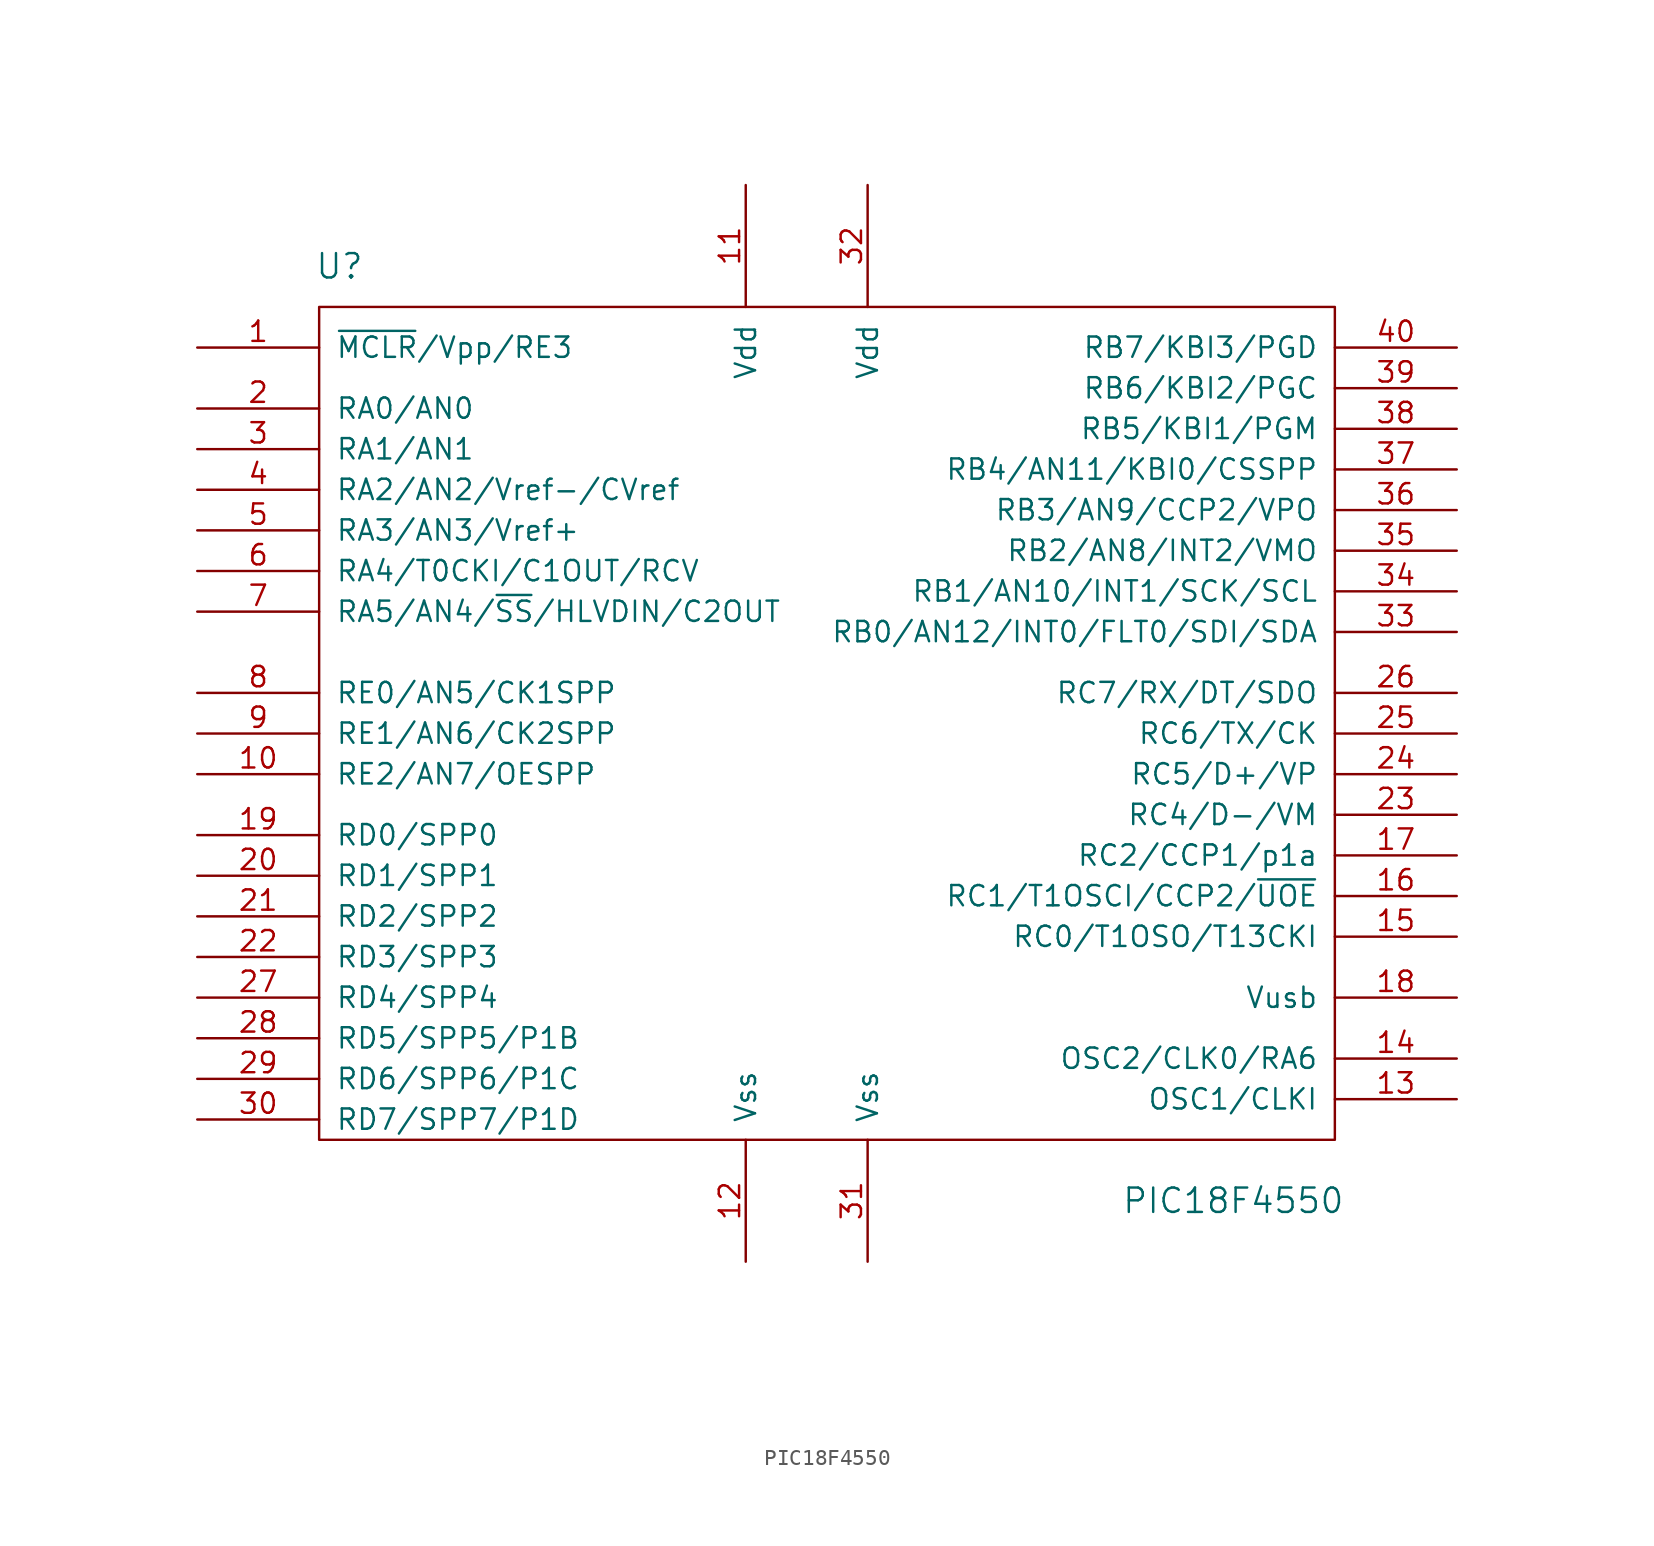
<source format=kicad_sym>
(kicad_symbol_lib
  (version 20231120)
  (generator "kicad_symbol_editor")
  (generator_version "8.0")
  (symbol "PIC18F4550"
    (pin_names
      (offset 1.016))
    (property "Reference" "U"
      (at -29.21 21.59 0)
      (effects (font (size 1.524 1.524))))
    (property "Value" "PIC18F4550"
      (at 26.67 -36.83 0)
      (effects (font (size 1.524 1.524))))
    (property "Footprint" ""
      (at -3.81 -44.45 0)
      (effects (font (size 1.524 1.524))))
    (property "Datasheet" ""
      (at -3.81 -44.45 0)
      (effects (font (size 1.524 1.524))))
    (symbol "PIC18F4550_0_1"
      (rectangle (start -30.48 19.05) (end 33.02 -33.02) (stroke (width 0) (type solid)) (fill (type none))))
    (symbol "PIC18F4550_1_1"
      (pin input line (at -38.1 16.51 0) (length 7.62) (name "~{MCLR}/Vpp/RE3" (effects (font (size 1.27 1.27)))) (number "1" (effects (font (size 1.27 1.27)))))
      (pin bidirectional line (at -38.1 -10.16 0) (length 7.62) (name "RE2/AN7/OESPP" (effects (font (size 1.27 1.27)))) (number "10" (effects (font (size 1.27 1.27)))))
      (pin power_in line (at -3.81 26.67 270) (length 7.62) (name "Vdd" (effects (font (size 1.27 1.27)))) (number "11" (effects (font (size 1.27 1.27)))))
      (pin power_in line (at -3.81 -40.64 90) (length 7.62) (name "Vss" (effects (font (size 1.27 1.27)))) (number "12" (effects (font (size 1.27 1.27)))))
      (pin input line (at 40.64 -30.48 180) (length 7.62) (name "OSC1/CLKI" (effects (font (size 1.27 1.27)))) (number "13" (effects (font (size 1.27 1.27)))))
      (pin output line (at 40.64 -27.94 180) (length 7.62) (name "OSC2/CLK0/RA6" (effects (font (size 1.27 1.27)))) (number "14" (effects (font (size 1.27 1.27)))))
      (pin bidirectional line (at 40.64 -20.32 180) (length 7.62) (name "RC0/T1OSO/T13CKI" (effects (font (size 1.27 1.27)))) (number "15" (effects (font (size 1.27 1.27)))))
      (pin bidirectional line (at 40.64 -17.78 180) (length 7.62) (name "RC1/T1OSCI/CCP2/~{UOE}" (effects (font (size 1.27 1.27)))) (number "16" (effects (font (size 1.27 1.27)))))
      (pin bidirectional line (at 40.64 -15.24 180) (length 7.62) (name "RC2/CCP1/p1a" (effects (font (size 1.27 1.27)))) (number "17" (effects (font (size 1.27 1.27)))))
      (pin bidirectional line (at 40.64 -24.13 180) (length 7.62) (name "Vusb" (effects (font (size 1.27 1.27)))) (number "18" (effects (font (size 1.27 1.27)))))
      (pin bidirectional line (at -38.1 -13.97 0) (length 7.62) (name "RD0/SPP0" (effects (font (size 1.27 1.27)))) (number "19" (effects (font (size 1.27 1.27)))))
      (pin bidirectional line (at -38.1 12.7 0) (length 7.62) (name "RA0/AN0" (effects (font (size 1.27 1.27)))) (number "2" (effects (font (size 1.27 1.27)))))
      (pin bidirectional line (at -38.1 -16.51 0) (length 7.62) (name "RD1/SPP1" (effects (font (size 1.27 1.27)))) (number "20" (effects (font (size 1.27 1.27)))))
      (pin bidirectional line (at -38.1 -19.05 0) (length 7.62) (name "RD2/SPP2" (effects (font (size 1.27 1.27)))) (number "21" (effects (font (size 1.27 1.27)))))
      (pin bidirectional line (at -38.1 -21.59 0) (length 7.62) (name "RD3/SPP3" (effects (font (size 1.27 1.27)))) (number "22" (effects (font (size 1.27 1.27)))))
      (pin bidirectional line (at 40.64 -12.7 180) (length 7.62) (name "RC4/D-/VM" (effects (font (size 1.27 1.27)))) (number "23" (effects (font (size 1.27 1.27)))))
      (pin bidirectional line (at 40.64 -10.16 180) (length 7.62) (name "RC5/D+/VP" (effects (font (size 1.27 1.27)))) (number "24" (effects (font (size 1.27 1.27)))))
      (pin bidirectional line (at 40.64 -7.62 180) (length 7.62) (name "RC6/TX/CK" (effects (font (size 1.27 1.27)))) (number "25" (effects (font (size 1.27 1.27)))))
      (pin bidirectional line (at 40.64 -5.08 180) (length 7.62) (name "RC7/RX/DT/SDO" (effects (font (size 1.27 1.27)))) (number "26" (effects (font (size 1.27 1.27)))))
      (pin bidirectional line (at -38.1 -24.13 0) (length 7.62) (name "RD4/SPP4" (effects (font (size 1.27 1.27)))) (number "27" (effects (font (size 1.27 1.27)))))
      (pin bidirectional line (at -38.1 -26.67 0) (length 7.62) (name "RD5/SPP5/P1B" (effects (font (size 1.27 1.27)))) (number "28" (effects (font (size 1.27 1.27)))))
      (pin bidirectional line (at -38.1 -29.21 0) (length 7.62) (name "RD6/SPP6/P1C" (effects (font (size 1.27 1.27)))) (number "29" (effects (font (size 1.27 1.27)))))
      (pin bidirectional line (at -38.1 10.16 0) (length 7.62) (name "RA1/AN1" (effects (font (size 1.27 1.27)))) (number "3" (effects (font (size 1.27 1.27)))))
      (pin bidirectional line (at -38.1 -31.75 0) (length 7.62) (name "RD7/SPP7/P1D" (effects (font (size 1.27 1.27)))) (number "30" (effects (font (size 1.27 1.27)))))
      (pin power_in line (at 3.81 -40.64 90) (length 7.62) (name "Vss" (effects (font (size 1.27 1.27)))) (number "31" (effects (font (size 1.27 1.27)))))
      (pin power_in line (at 3.81 26.67 270) (length 7.62) (name "Vdd" (effects (font (size 1.27 1.27)))) (number "32" (effects (font (size 1.27 1.27)))))
      (pin bidirectional line (at 40.64 -1.27 180) (length 7.62) (name "RB0/AN12/INT0/FLT0/SDI/SDA" (effects (font (size 1.27 1.27)))) (number "33" (effects (font (size 1.27 1.27)))))
      (pin bidirectional line (at 40.64 1.27 180) (length 7.62) (name "RB1/AN10/INT1/SCK/SCL" (effects (font (size 1.27 1.27)))) (number "34" (effects (font (size 1.27 1.27)))))
      (pin bidirectional line (at 40.64 3.81 180) (length 7.62) (name "RB2/AN8/INT2/VMO" (effects (font (size 1.27 1.27)))) (number "35" (effects (font (size 1.27 1.27)))))
      (pin bidirectional line (at 40.64 6.35 180) (length 7.62) (name "RB3/AN9/CCP2/VPO" (effects (font (size 1.27 1.27)))) (number "36" (effects (font (size 1.27 1.27)))))
      (pin bidirectional line (at 40.64 8.89 180) (length 7.62) (name "RB4/AN11/KBI0/CSSPP" (effects (font (size 1.27 1.27)))) (number "37" (effects (font (size 1.27 1.27)))))
      (pin bidirectional line (at 40.64 11.43 180) (length 7.62) (name "RB5/KBI1/PGM" (effects (font (size 1.27 1.27)))) (number "38" (effects (font (size 1.27 1.27)))))
      (pin bidirectional line (at 40.64 13.97 180) (length 7.62) (name "RB6/KBI2/PGC" (effects (font (size 1.27 1.27)))) (number "39" (effects (font (size 1.27 1.27)))))
      (pin bidirectional line (at -38.1 7.62 0) (length 7.62) (name "RA2/AN2/Vref-/CVref" (effects (font (size 1.27 1.27)))) (number "4" (effects (font (size 1.27 1.27)))))
      (pin bidirectional line (at 40.64 16.51 180) (length 7.62) (name "RB7/KBI3/PGD" (effects (font (size 1.27 1.27)))) (number "40" (effects (font (size 1.27 1.27)))))
      (pin bidirectional line (at -38.1 5.08 0) (length 7.62) (name "RA3/AN3/Vref+" (effects (font (size 1.27 1.27)))) (number "5" (effects (font (size 1.27 1.27)))))
      (pin bidirectional line (at -38.1 2.54 0) (length 7.62) (name "RA4/T0CKI/C1OUT/RCV" (effects (font (size 1.27 1.27)))) (number "6" (effects (font (size 1.27 1.27)))))
      (pin bidirectional line (at -38.1 0 0) (length 7.62) (name "RA5/AN4/~{SS}/HLVDIN/C2OUT" (effects (font (size 1.27 1.27)))) (number "7" (effects (font (size 1.27 1.27)))))
      (pin bidirectional line (at -38.1 -5.08 0) (length 7.62) (name "RE0/AN5/CK1SPP" (effects (font (size 1.27 1.27)))) (number "8" (effects (font (size 1.27 1.27)))))
      (pin bidirectional line (at -38.1 -7.62 0) (length 7.62) (name "RE1/AN6/CK2SPP" (effects (font (size 1.27 1.27)))) (number "9" (effects (font (size 1.27 1.27))))))))
</source>
